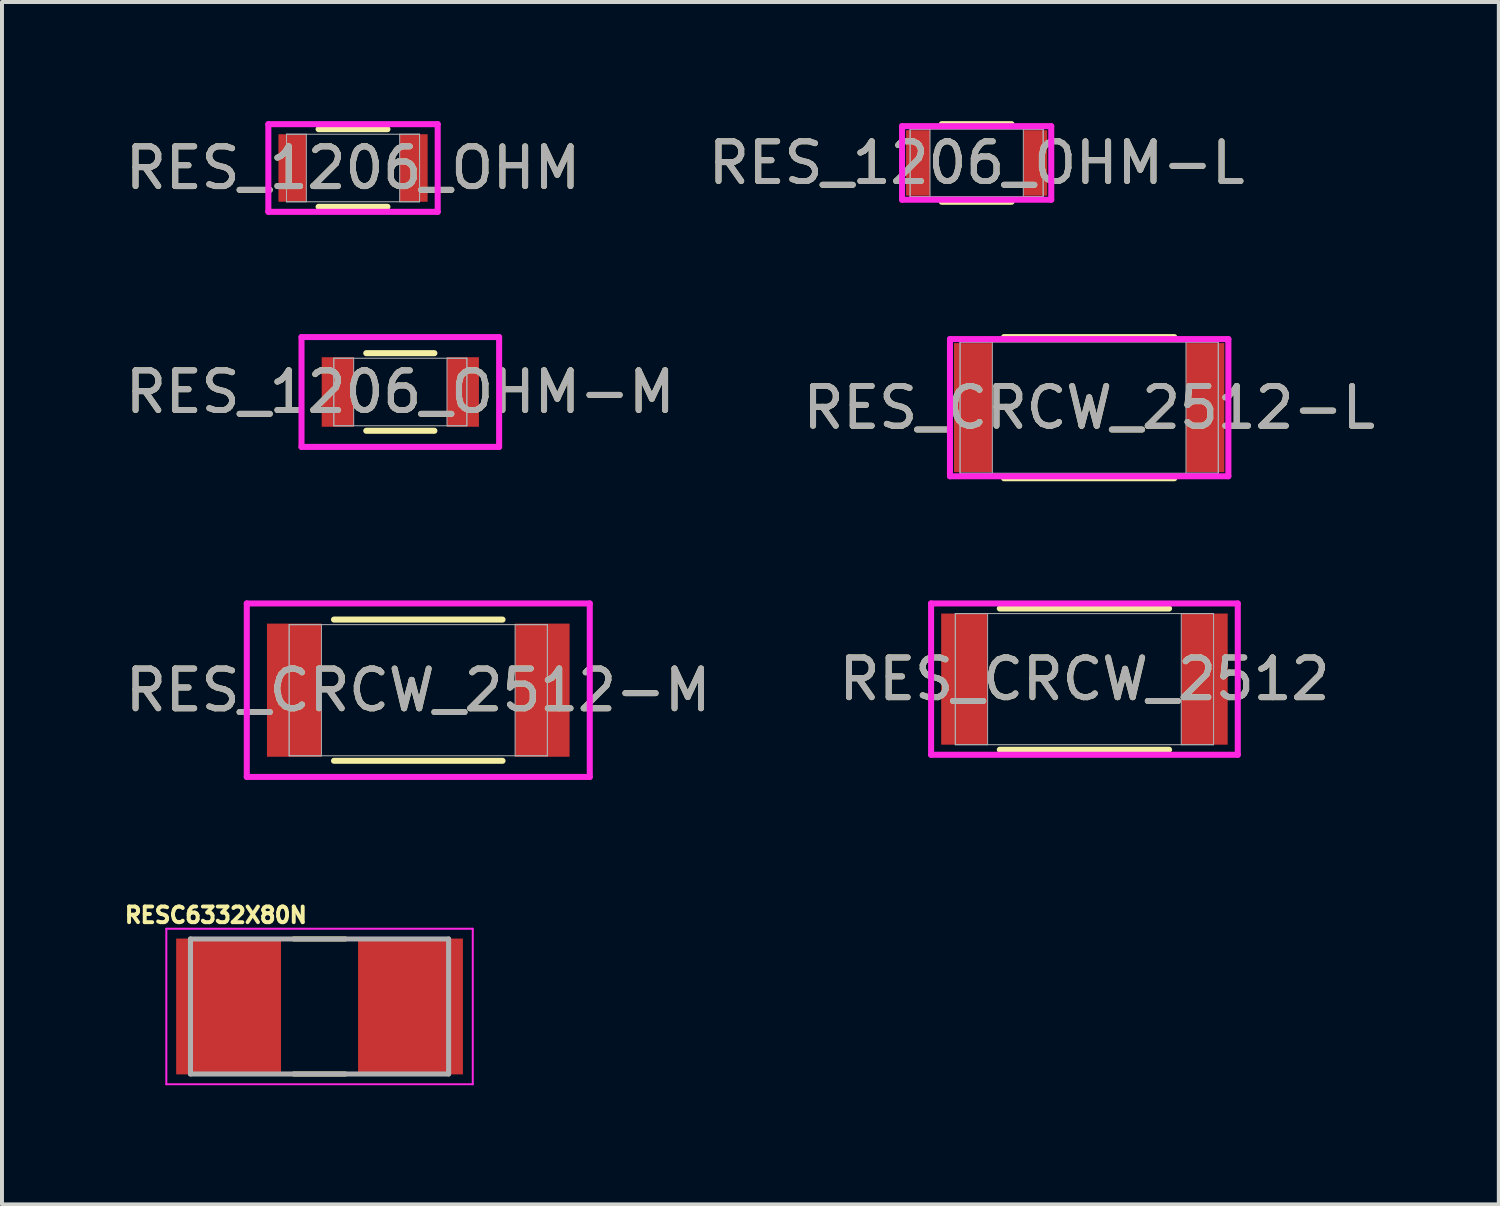
<source format=kicad_pcb>
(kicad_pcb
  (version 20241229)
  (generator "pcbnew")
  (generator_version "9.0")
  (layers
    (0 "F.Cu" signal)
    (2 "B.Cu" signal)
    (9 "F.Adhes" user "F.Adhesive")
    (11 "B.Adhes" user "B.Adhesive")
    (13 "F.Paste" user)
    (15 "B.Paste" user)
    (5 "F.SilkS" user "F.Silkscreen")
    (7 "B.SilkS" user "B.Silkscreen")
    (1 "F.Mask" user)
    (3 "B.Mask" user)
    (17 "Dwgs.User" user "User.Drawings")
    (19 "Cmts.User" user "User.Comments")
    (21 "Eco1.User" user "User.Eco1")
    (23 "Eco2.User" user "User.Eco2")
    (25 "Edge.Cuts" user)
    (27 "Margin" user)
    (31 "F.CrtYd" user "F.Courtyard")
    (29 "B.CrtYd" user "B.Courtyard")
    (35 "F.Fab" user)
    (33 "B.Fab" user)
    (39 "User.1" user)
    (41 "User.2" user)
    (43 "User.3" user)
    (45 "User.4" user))
  (footprint "RES_1206_OHM-M"
    (layer "F.Cu")
    (at 7.03 6.82)
    (property "Reference" "RES_1206_OHM-M" (at 0 0 0) (unlocked yes) (layer "F.SilkS") (effects (font (size 1 1) (thickness 0.15))))
    (attr smd)
    (fp_line (start -0.858 0.977) (end 0.858 0.977) (stroke (width 0.152) (type solid)) (layer "F.SilkS"))
    (fp_line (start 0.858 -0.977) (end -0.858 -0.977) (stroke (width 0.152) (type solid)) (layer "F.SilkS"))
    (fp_line (start -2.488 -1.383) (end 2.488 -1.383) (stroke (width 0.152) (type solid)) (layer "F.CrtYd"))
    (fp_line (start -2.488 1.383) (end -2.488 -1.383) (stroke (width 0.152) (type solid)) (layer "F.CrtYd"))
    (fp_line (start 2.488 -1.383) (end 2.488 1.383) (stroke (width 0.152) (type solid)) (layer "F.CrtYd"))
    (fp_line (start 2.488 1.383) (end -2.488 1.383) (stroke (width 0.152) (type solid)) (layer "F.CrtYd"))
    (fp_line (start -1.675 -0.85) (end -1.675 0.85) (stroke (width 0.025) (type solid)) (layer "F.Fab"))
    (fp_line (start -1.675 -0.85) (end -1.675 0.85) (stroke (width 0.025) (type solid)) (layer "F.Fab"))
    (fp_line (start -1.675 0.85) (end -1.175 0.85) (stroke (width 0.025) (type solid)) (layer "F.Fab"))
    (fp_line (start -1.675 0.85) (end 1.675 0.85) (stroke (width 0.025) (type solid)) (layer "F.Fab"))
    (fp_line (start -1.175 -0.85) (end -1.675 -0.85) (stroke (width 0.025) (type solid)) (layer "F.Fab"))
    (fp_line (start -1.175 0.85) (end -1.175 -0.85) (stroke (width 0.025) (type solid)) (layer "F.Fab"))
    (fp_line (start 1.175 -0.85) (end 1.175 0.85) (stroke (width 0.025) (type solid)) (layer "F.Fab"))
    (fp_line (start 1.175 0.85) (end 1.675 0.85) (stroke (width 0.025) (type solid)) (layer "F.Fab"))
    (fp_line (start 1.675 -0.85) (end -1.675 -0.85) (stroke (width 0.025) (type solid)) (layer "F.Fab"))
    (fp_line (start 1.675 -0.85) (end 1.175 -0.85) (stroke (width 0.025) (type solid)) (layer "F.Fab"))
    (fp_line (start 1.675 0.85) (end 1.675 -0.85) (stroke (width 0.025) (type solid)) (layer "F.Fab"))
    (fp_line (start 1.675 0.85) (end 1.675 -0.85) (stroke (width 0.025) (type solid)) (layer "F.Fab"))
    (fp_text user "${REFERENCE}" (at 0 0 0) (unlocked yes) (layer "F.Fab") (effects (font (size 1 1) (thickness 0.15))))
    (pad "1" smd rect (at -1.577 0) (size 0.805 1.751) (layers "F.Cu" "F.Mask" "F.Paste"))
    (pad "2" smd rect (at 1.577 0) (size 0.805 1.751) (layers "F.Cu" "F.Mask" "F.Paste"))
    (zone (net_name "") (layer "F.Cu") (hatch full 0.508) (connect_pads) (min_thickness 0.254) (filled_areas_thickness no) (keepout (tracks not_allowed) (vias not_allowed) (pads allowed) (copperpour not_allowed) (footprints allowed)) (placement (enabled no)) (fill) (polygon (pts (xy 5.906 6.021) (xy 8.154 6.021) (xy 8.154 7.619) (xy 5.906 7.619)))))
  (footprint "RES_CRCW_2512-L"
    (layer "F.Cu")
    (at 24.375 7.215)
    (property "Reference" "RES_CRCW_2512-L" (at 0 0 0) (unlocked yes) (layer "F.SilkS") (effects (font (size 1 1) (thickness 0.15))))
    (attr smd)
    (fp_line (start -2.143 1.778) (end 2.143 1.778) (stroke (width 0.152) (type solid)) (layer "F.SilkS"))
    (fp_line (start 2.143 -1.778) (end -2.143 -1.778) (stroke (width 0.152) (type solid)) (layer "F.SilkS"))
    (fp_line (start -3.505 -1.727) (end 3.505 -1.727) (stroke (width 0.152) (type solid)) (layer "F.CrtYd"))
    (fp_line (start -3.505 1.727) (end -3.505 -1.727) (stroke (width 0.152) (type solid)) (layer "F.CrtYd"))
    (fp_line (start 3.505 -1.727) (end 3.505 1.727) (stroke (width 0.152) (type solid)) (layer "F.CrtYd"))
    (fp_line (start 3.505 1.727) (end -3.505 1.727) (stroke (width 0.152) (type solid)) (layer "F.CrtYd"))
    (fp_line (start -3.251 -1.651) (end -3.251 1.651) (stroke (width 0.025) (type solid)) (layer "F.Fab"))
    (fp_line (start -3.251 -1.651) (end -3.251 1.651) (stroke (width 0.025) (type solid)) (layer "F.Fab"))
    (fp_line (start -3.251 1.651) (end -2.438 1.651) (stroke (width 0.025) (type solid)) (layer "F.Fab"))
    (fp_line (start -3.251 1.651) (end 3.251 1.651) (stroke (width 0.025) (type solid)) (layer "F.Fab"))
    (fp_line (start -2.438 -1.651) (end -3.251 -1.651) (stroke (width 0.025) (type solid)) (layer "F.Fab"))
    (fp_line (start -2.438 1.651) (end -2.438 -1.651) (stroke (width 0.025) (type solid)) (layer "F.Fab"))
    (fp_line (start 2.438 -1.651) (end 2.438 1.651) (stroke (width 0.025) (type solid)) (layer "F.Fab"))
    (fp_line (start 2.438 1.651) (end 3.251 1.651) (stroke (width 0.025) (type solid)) (layer "F.Fab"))
    (fp_line (start 3.251 -1.651) (end -3.251 -1.651) (stroke (width 0.025) (type solid)) (layer "F.Fab"))
    (fp_line (start 3.251 -1.651) (end 2.438 -1.651) (stroke (width 0.025) (type solid)) (layer "F.Fab"))
    (fp_line (start 3.251 1.651) (end 3.251 -1.651) (stroke (width 0.025) (type solid)) (layer "F.Fab"))
    (fp_line (start 3.251 1.651) (end 3.251 -1.651) (stroke (width 0.025) (type solid)) (layer "F.Fab"))
    (fp_text user "${REFERENCE}" (at 0 0 0) (unlocked yes) (layer "F.Fab") (effects (font (size 1 1) (thickness 0.15))))
    (pad "1" smd rect (at -2.921 0) (size 0.965 3.251) (layers "F.Cu" "F.Mask" "F.Paste"))
    (pad "2" smd rect (at 2.921 0) (size 0.965 3.251) (layers "F.Cu" "F.Mask" "F.Paste"))
    (zone (net_name "") (layer "F.Cu") (hatch full 0.508) (connect_pads) (min_thickness 0.254) (filled_areas_thickness no) (keepout (tracks not_allowed) (vias not_allowed) (pads allowed) (copperpour not_allowed) (footprints allowed)) (placement (enabled no)) (fill) (polygon (pts (xy 21.987 5.614) (xy 26.763 5.614) (xy 26.763 8.815) (xy 21.987 8.815)))))
  (footprint "RES_1206_OHM"
    (layer "F.Cu")
    (at 5.839 1.18)
    (property "Reference" "RES_1206_OHM" (at 0 0 0) (unlocked yes) (layer "F.SilkS") (effects (font (size 1 1) (thickness 0.15))))
    (attr smd)
    (fp_line (start -0.867 0.977) (end 0.867 0.977) (stroke (width 0.152) (type solid)) (layer "F.SilkS"))
    (fp_line (start 0.867 -0.977) (end -0.867 -0.977) (stroke (width 0.152) (type solid)) (layer "F.SilkS"))
    (fp_line (start -2.132 -1.104) (end 2.132 -1.104) (stroke (width 0.152) (type solid)) (layer "F.CrtYd"))
    (fp_line (start -2.132 1.104) (end -2.132 -1.104) (stroke (width 0.152) (type solid)) (layer "F.CrtYd"))
    (fp_line (start 2.132 -1.104) (end 2.132 1.104) (stroke (width 0.152) (type solid)) (layer "F.CrtYd"))
    (fp_line (start 2.132 1.104) (end -2.132 1.104) (stroke (width 0.152) (type solid)) (layer "F.CrtYd"))
    (fp_line (start -1.675 -0.85) (end -1.675 0.85) (stroke (width 0.025) (type solid)) (layer "F.Fab"))
    (fp_line (start -1.675 -0.85) (end -1.675 0.85) (stroke (width 0.025) (type solid)) (layer "F.Fab"))
    (fp_line (start -1.675 0.85) (end -1.175 0.85) (stroke (width 0.025) (type solid)) (layer "F.Fab"))
    (fp_line (start -1.675 0.85) (end 1.675 0.85) (stroke (width 0.025) (type solid)) (layer "F.Fab"))
    (fp_line (start -1.175 -0.85) (end -1.675 -0.85) (stroke (width 0.025) (type solid)) (layer "F.Fab"))
    (fp_line (start -1.175 0.85) (end -1.175 -0.85) (stroke (width 0.025) (type solid)) (layer "F.Fab"))
    (fp_line (start 1.175 -0.85) (end 1.175 0.85) (stroke (width 0.025) (type solid)) (layer "F.Fab"))
    (fp_line (start 1.175 0.85) (end 1.675 0.85) (stroke (width 0.025) (type solid)) (layer "F.Fab"))
    (fp_line (start 1.675 -0.85) (end -1.675 -0.85) (stroke (width 0.025) (type solid)) (layer "F.Fab"))
    (fp_line (start 1.675 -0.85) (end 1.175 -0.85) (stroke (width 0.025) (type solid)) (layer "F.Fab"))
    (fp_line (start 1.675 0.85) (end 1.675 -0.85) (stroke (width 0.025) (type solid)) (layer "F.Fab"))
    (fp_line (start 1.675 0.85) (end 1.675 -0.85) (stroke (width 0.025) (type solid)) (layer "F.Fab"))
    (fp_text user "${REFERENCE}" (at 0 0 0) (unlocked yes) (layer "F.Fab") (effects (font (size 1 1) (thickness 0.15))))
    (pad "1" smd rect (at -1.527 0) (size 0.703 1.7) (layers "F.Cu" "F.Mask" "F.Paste"))
    (pad "2" smd rect (at 1.527 0) (size 0.703 1.7) (layers "F.Cu" "F.Mask" "F.Paste"))
    (zone (net_name "") (layer "F.Cu") (hatch full 0.508) (connect_pads) (min_thickness 0.254) (filled_areas_thickness no) (keepout (tracks not_allowed) (vias not_allowed) (pads allowed) (copperpour not_allowed) (footprints allowed)) (placement (enabled no)) (fill) (polygon (pts (xy 4.715 0.381) (xy 6.963 0.381) (xy 6.963 1.979) (xy 4.715 1.979)))))
  (footprint "RES_CRCW_2512"
    (layer "F.Cu")
    (at 24.256 14.05)
    (property "Reference" "RES_CRCW_2512" (at 0 0 0) (unlocked yes) (layer "F.SilkS") (effects (font (size 1 1) (thickness 0.15))))
    (attr smd)
    (fp_line (start -2.131 1.778) (end 2.131 1.778) (stroke (width 0.152) (type solid)) (layer "F.SilkS"))
    (fp_line (start 2.131 -1.778) (end -2.131 -1.778) (stroke (width 0.152) (type solid)) (layer "F.SilkS"))
    (fp_line (start -3.861 -1.905) (end 3.861 -1.905) (stroke (width 0.152) (type solid)) (layer "F.CrtYd"))
    (fp_line (start -3.861 1.905) (end -3.861 -1.905) (stroke (width 0.152) (type solid)) (layer "F.CrtYd"))
    (fp_line (start 3.861 -1.905) (end 3.861 1.905) (stroke (width 0.152) (type solid)) (layer "F.CrtYd"))
    (fp_line (start 3.861 1.905) (end -3.861 1.905) (stroke (width 0.152) (type solid)) (layer "F.CrtYd"))
    (fp_line (start -3.251 -1.651) (end -3.251 1.651) (stroke (width 0.025) (type solid)) (layer "F.Fab"))
    (fp_line (start -3.251 -1.651) (end -3.251 1.651) (stroke (width 0.025) (type solid)) (layer "F.Fab"))
    (fp_line (start -3.251 1.651) (end -2.438 1.651) (stroke (width 0.025) (type solid)) (layer "F.Fab"))
    (fp_line (start -3.251 1.651) (end 3.251 1.651) (stroke (width 0.025) (type solid)) (layer "F.Fab"))
    (fp_line (start -2.438 -1.651) (end -3.251 -1.651) (stroke (width 0.025) (type solid)) (layer "F.Fab"))
    (fp_line (start -2.438 1.651) (end -2.438 -1.651) (stroke (width 0.025) (type solid)) (layer "F.Fab"))
    (fp_line (start 2.438 -1.651) (end 2.438 1.651) (stroke (width 0.025) (type solid)) (layer "F.Fab"))
    (fp_line (start 2.438 1.651) (end 3.251 1.651) (stroke (width 0.025) (type solid)) (layer "F.Fab"))
    (fp_line (start 3.251 -1.651) (end -3.251 -1.651) (stroke (width 0.025) (type solid)) (layer "F.Fab"))
    (fp_line (start 3.251 -1.651) (end 2.438 -1.651) (stroke (width 0.025) (type solid)) (layer "F.Fab"))
    (fp_line (start 3.251 1.651) (end 3.251 -1.651) (stroke (width 0.025) (type solid)) (layer "F.Fab"))
    (fp_line (start 3.251 1.651) (end 3.251 -1.651) (stroke (width 0.025) (type solid)) (layer "F.Fab"))
    (fp_text user "${REFERENCE}" (at 0 0 0) (unlocked yes) (layer "F.Fab") (effects (font (size 1 1) (thickness 0.15))))
    (pad "1" smd rect (at -3.023 0) (size 1.168 3.302) (layers "F.Cu" "F.Mask" "F.Paste"))
    (pad "2" smd rect (at 3.023 0) (size 1.168 3.302) (layers "F.Cu" "F.Mask" "F.Paste"))
    (zone (net_name "") (layer "F.Cu") (hatch full 0.508) (connect_pads) (min_thickness 0.254) (filled_areas_thickness no) (keepout (tracks not_allowed) (vias not_allowed) (pads allowed) (copperpour not_allowed) (footprints allowed)) (placement (enabled no)) (fill) (polygon (pts (xy 21.868 12.45) (xy 26.644 12.45) (xy 26.644 15.65) (xy 21.868 15.65)))))
  (footprint "RES_CRCW_2512-M"
    (layer "F.Cu")
    (at 7.482 14.329)
    (property "Reference" "RES_CRCW_2512-M" (at 0 0 0) (unlocked yes) (layer "F.SilkS") (effects (font (size 1 1) (thickness 0.15))))
    (attr smd)
    (fp_line (start -2.122 1.778) (end 2.122 1.778) (stroke (width 0.152) (type solid)) (layer "F.SilkS"))
    (fp_line (start 2.122 -1.778) (end -2.122 -1.778) (stroke (width 0.152) (type solid)) (layer "F.SilkS"))
    (fp_line (start -4.318 -2.184) (end 4.318 -2.184) (stroke (width 0.152) (type solid)) (layer "F.CrtYd"))
    (fp_line (start -4.318 2.184) (end -4.318 -2.184) (stroke (width 0.152) (type solid)) (layer "F.CrtYd"))
    (fp_line (start 4.318 -2.184) (end 4.318 2.184) (stroke (width 0.152) (type solid)) (layer "F.CrtYd"))
    (fp_line (start 4.318 2.184) (end -4.318 2.184) (stroke (width 0.152) (type solid)) (layer "F.CrtYd"))
    (fp_line (start -3.251 -1.651) (end -3.251 1.651) (stroke (width 0.025) (type solid)) (layer "F.Fab"))
    (fp_line (start -3.251 -1.651) (end -3.251 1.651) (stroke (width 0.025) (type solid)) (layer "F.Fab"))
    (fp_line (start -3.251 1.651) (end -2.438 1.651) (stroke (width 0.025) (type solid)) (layer "F.Fab"))
    (fp_line (start -3.251 1.651) (end 3.251 1.651) (stroke (width 0.025) (type solid)) (layer "F.Fab"))
    (fp_line (start -2.438 -1.651) (end -3.251 -1.651) (stroke (width 0.025) (type solid)) (layer "F.Fab"))
    (fp_line (start -2.438 1.651) (end -2.438 -1.651) (stroke (width 0.025) (type solid)) (layer "F.Fab"))
    (fp_line (start 2.438 -1.651) (end 2.438 1.651) (stroke (width 0.025) (type solid)) (layer "F.Fab"))
    (fp_line (start 2.438 1.651) (end 3.251 1.651) (stroke (width 0.025) (type solid)) (layer "F.Fab"))
    (fp_line (start 3.251 -1.651) (end -3.251 -1.651) (stroke (width 0.025) (type solid)) (layer "F.Fab"))
    (fp_line (start 3.251 -1.651) (end 2.438 -1.651) (stroke (width 0.025) (type solid)) (layer "F.Fab"))
    (fp_line (start 3.251 1.651) (end 3.251 -1.651) (stroke (width 0.025) (type solid)) (layer "F.Fab"))
    (fp_line (start 3.251 1.651) (end 3.251 -1.651) (stroke (width 0.025) (type solid)) (layer "F.Fab"))
    (fp_text user "${REFERENCE}" (at 0 0 0) (unlocked yes) (layer "F.Fab") (effects (font (size 1 1) (thickness 0.15))))
    (pad "1" smd rect (at -3.124 0) (size 1.372 3.353) (layers "F.Cu" "F.Mask" "F.Paste"))
    (pad "2" smd rect (at 3.124 0) (size 1.372 3.353) (layers "F.Cu" "F.Mask" "F.Paste"))
    (zone (net_name "") (layer "F.Cu") (hatch full 0.508) (connect_pads) (min_thickness 0.254) (filled_areas_thickness no) (keepout (tracks not_allowed) (vias not_allowed) (pads allowed) (copperpour not_allowed) (footprints allowed)) (placement (enabled no)) (fill) (polygon (pts (xy 5.095 12.729) (xy 9.87 12.729) (xy 9.87 15.93) (xy 5.095 15.93)))))
  (footprint "RESC6332X80N"
    (layer "F.Cu")
    (at 4.996 22.293)
    (property "Reference" "RESC6332X80N" (at -2.61 -2.3 0) (layer "F.SilkS") (effects (font (size 0.394 0.394) (thickness 0.15))))
    (attr smd)
    (fp_line (start -0.65 -1.7) (end 0.65 -1.7) (stroke (width 0.127) (type solid)) (layer "F.SilkS"))
    (fp_line (start -0.65 1.7) (end 0.65 1.7) (stroke (width 0.127) (type solid)) (layer "F.SilkS"))
    (fp_line (start -3.858 -1.958) (end 3.858 -1.958) (stroke (width 0.05) (type solid)) (layer "F.CrtYd"))
    (fp_line (start -3.858 1.958) (end -3.858 -1.958) (stroke (width 0.05) (type solid)) (layer "F.CrtYd"))
    (fp_line (start -3.858 1.958) (end 3.858 1.958) (stroke (width 0.05) (type solid)) (layer "F.CrtYd"))
    (fp_line (start 3.858 1.958) (end 3.858 -1.958) (stroke (width 0.05) (type solid)) (layer "F.CrtYd"))
    (fp_line (start -3.25 1.7) (end -3.25 -1.7) (stroke (width 0.127) (type solid)) (layer "F.Fab"))
    (fp_line (start 3.25 -1.7) (end -3.25 -1.7) (stroke (width 0.127) (type solid)) (layer "F.Fab"))
    (fp_line (start 3.25 1.7) (end -3.25 1.7) (stroke (width 0.127) (type solid)) (layer "F.Fab"))
    (fp_line (start 3.25 1.7) (end 3.25 -1.7) (stroke (width 0.127) (type solid)) (layer "F.Fab"))
    (pad "1" smd rect (at -2.29 0) (size 2.64 3.42) (layers "F.Cu" "F.Mask" "F.Paste"))
    (pad "2" smd rect (at 2.29 0) (size 2.64 3.42) (layers "F.Cu" "F.Mask" "F.Paste")))
  (footprint "RES_1206_OHM-L"
    (layer "F.Cu")
    (at 21.542 1.053)
    (property "Reference" "RES_1206_OHM-L" (at 0 0 0) (unlocked yes) (layer "F.SilkS") (effects (font (size 1 1) (thickness 0.15))))
    (attr smd)
    (fp_line (start -0.879 0.977) (end 0.879 0.977) (stroke (width 0.152) (type solid)) (layer "F.SilkS"))
    (fp_line (start 0.879 -0.977) (end -0.879 -0.977) (stroke (width 0.152) (type solid)) (layer "F.SilkS"))
    (fp_line (start -1.878 -0.926) (end 1.878 -0.926) (stroke (width 0.152) (type solid)) (layer "F.CrtYd"))
    (fp_line (start -1.878 0.926) (end -1.878 -0.926) (stroke (width 0.152) (type solid)) (layer "F.CrtYd"))
    (fp_line (start 1.878 -0.926) (end 1.878 0.926) (stroke (width 0.152) (type solid)) (layer "F.CrtYd"))
    (fp_line (start 1.878 0.926) (end -1.878 0.926) (stroke (width 0.152) (type solid)) (layer "F.CrtYd"))
    (fp_line (start -1.675 -0.85) (end -1.675 0.85) (stroke (width 0.025) (type solid)) (layer "F.Fab"))
    (fp_line (start -1.675 -0.85) (end -1.675 0.85) (stroke (width 0.025) (type solid)) (layer "F.Fab"))
    (fp_line (start -1.675 0.85) (end -1.175 0.85) (stroke (width 0.025) (type solid)) (layer "F.Fab"))
    (fp_line (start -1.675 0.85) (end 1.675 0.85) (stroke (width 0.025) (type solid)) (layer "F.Fab"))
    (fp_line (start -1.175 -0.85) (end -1.675 -0.85) (stroke (width 0.025) (type solid)) (layer "F.Fab"))
    (fp_line (start -1.175 0.85) (end -1.175 -0.85) (stroke (width 0.025) (type solid)) (layer "F.Fab"))
    (fp_line (start 1.175 -0.85) (end 1.175 0.85) (stroke (width 0.025) (type solid)) (layer "F.Fab"))
    (fp_line (start 1.175 0.85) (end 1.675 0.85) (stroke (width 0.025) (type solid)) (layer "F.Fab"))
    (fp_line (start 1.675 -0.85) (end -1.675 -0.85) (stroke (width 0.025) (type solid)) (layer "F.Fab"))
    (fp_line (start 1.675 -0.85) (end 1.175 -0.85) (stroke (width 0.025) (type solid)) (layer "F.Fab"))
    (fp_line (start 1.675 0.85) (end 1.675 -0.85) (stroke (width 0.025) (type solid)) (layer "F.Fab"))
    (fp_line (start 1.675 0.85) (end 1.675 -0.85) (stroke (width 0.025) (type solid)) (layer "F.Fab"))
    (fp_text user "${REFERENCE}" (at 0 0 0) (unlocked yes) (layer "F.Fab") (effects (font (size 1 1) (thickness 0.15))))
    (pad "1" smd rect (at -1.476 0) (size 0.602 1.649) (layers "F.Cu" "F.Mask" "F.Paste"))
    (pad "2" smd rect (at 1.476 0) (size 0.602 1.649) (layers "F.Cu" "F.Mask" "F.Paste"))
    (zone (net_name "") (layer "F.Cu") (hatch full 0.508) (connect_pads) (min_thickness 0.254) (filled_areas_thickness no) (keepout (tracks not_allowed) (vias not_allowed) (pads allowed) (copperpour not_allowed) (footprints allowed)) (placement (enabled no)) (fill) (polygon (pts (xy 20.417 0.254) (xy 22.666 0.254) (xy 22.666 1.852) (xy 20.417 1.852)))))
  (gr_rect
    (start -3 -3)
    (end 34.69 27.276)
    (stroke (width 0.1) (type default))
    (fill no)
    (layer "Edge.Cuts")))
</source>
